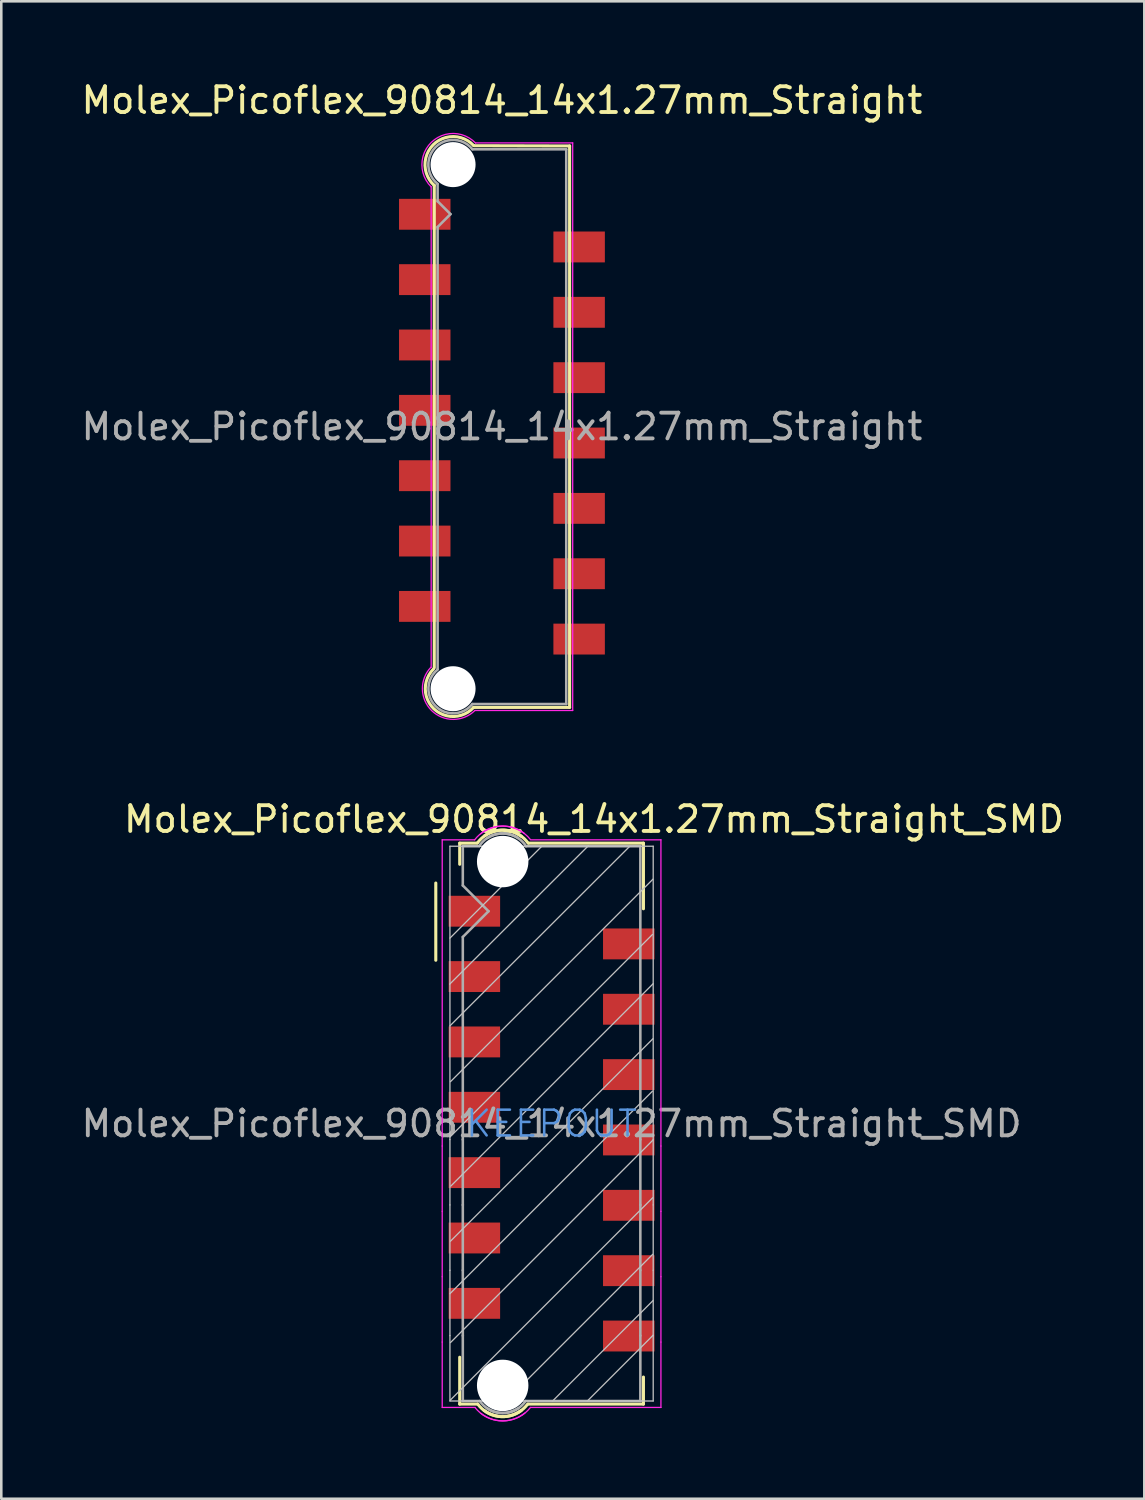
<source format=kicad_pcb>
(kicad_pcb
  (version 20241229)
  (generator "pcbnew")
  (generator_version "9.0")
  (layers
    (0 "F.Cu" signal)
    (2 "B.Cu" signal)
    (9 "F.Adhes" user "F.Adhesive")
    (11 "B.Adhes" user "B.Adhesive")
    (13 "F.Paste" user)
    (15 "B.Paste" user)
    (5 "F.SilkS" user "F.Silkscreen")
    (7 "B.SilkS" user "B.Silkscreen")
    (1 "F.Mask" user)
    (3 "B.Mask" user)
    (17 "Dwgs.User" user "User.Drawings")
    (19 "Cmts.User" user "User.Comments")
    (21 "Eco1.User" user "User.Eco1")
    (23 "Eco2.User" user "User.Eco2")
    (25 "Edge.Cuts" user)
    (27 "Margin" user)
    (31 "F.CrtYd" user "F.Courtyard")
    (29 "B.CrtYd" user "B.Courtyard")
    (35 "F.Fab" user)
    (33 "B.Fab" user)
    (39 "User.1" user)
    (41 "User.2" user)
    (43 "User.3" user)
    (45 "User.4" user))
  (footprint "Molex_Picoflex_90814_14x1.27mm_Straight"
    (layer "F.Cu")
    (at 16.458 13.533)
    (property "Reference" "Molex_Picoflex_90814_14x1.27mm_Straight" (at 0 -12.685 0) (layer "F.SilkS") (effects (font (size 1 1) (thickness 0.15))))
    (attr smd)
    (fp_line (start -2.63 -9.38) (end -2.63 9.37) (stroke (width 0.12) (type solid)) (layer "F.SilkS"))
    (fp_line (start -1.09 -10.92) (end 2.63 -10.91) (stroke (width 0.12) (type solid)) (layer "F.SilkS"))
    (fp_line (start 2.63 -10.91) (end 2.63 10.91) (stroke (width 0.12) (type solid)) (layer "F.SilkS"))
    (fp_line (start 2.63 10.91) (end -1.1 10.91) (stroke (width 0.12) (type solid)) (layer "F.SilkS"))
    (fp_arc (start -2.63 -9.375) (mid -2.676051 -10.950992) (end -1.099592 -10.925505) (stroke (width 0.12) (type solid)) (layer "F.SilkS"))
    (fp_arc (start -1.1 10.91) (mid -2.647734 10.963793) (end -2.65694 9.415151) (stroke (width 0.12) (type solid)) (layer "F.SilkS"))
    (fp_line (start -2.75 -9.33) (end -2.75 9.36) (stroke (width 0.05) (type solid)) (layer "F.CrtYd"))
    (fp_line (start -1.02 -11.03) (end 2.75 -11.03) (stroke (width 0.05) (type solid)) (layer "F.CrtYd"))
    (fp_line (start 2.75 -11.03) (end 2.75 11.03) (stroke (width 0.05) (type solid)) (layer "F.CrtYd"))
    (fp_line (start 2.75 11.03) (end -1.05 11.03) (stroke (width 0.05) (type solid)) (layer "F.CrtYd"))
    (fp_arc (start -2.75 -9.32) (mid -2.750034 -11.049967) (end -1.02033 -11.019808) (stroke (width 0.05) (type solid)) (layer "F.CrtYd"))
    (fp_arc (start -1.05 11.03) (mid -2.741283 11.038679) (end -2.757342 9.34745) (stroke (width 0.05) (type solid)) (layer "F.CrtYd"))
    (fp_line (start -2.5 -9.43) (end -2.5 -8.76) (stroke (width 0.1) (type solid)) (layer "F.Fab"))
    (fp_line (start -2.5 -8.76) (end -2 -8.26) (stroke (width 0.1) (type solid)) (layer "F.Fab"))
    (fp_line (start -2.5 -7.76) (end -2.5 9.42) (stroke (width 0.1) (type solid)) (layer "F.Fab"))
    (fp_line (start -2 -8.26) (end -2.5 -7.76) (stroke (width 0.1) (type solid)) (layer "F.Fab"))
    (fp_line (start -1.14 -10.78) (end 2.5 -10.78) (stroke (width 0.1) (type solid)) (layer "F.Fab"))
    (fp_line (start 2.5 -10.78) (end 2.5 10.78) (stroke (width 0.1) (type solid)) (layer "F.Fab"))
    (fp_line (start 2.5 10.78) (end -1.15 10.78) (stroke (width 0.1) (type solid)) (layer "F.Fab"))
    (fp_arc (start -2.5 -9.435) (mid -2.577257 -10.866045) (end -1.146665 -10.780807) (stroke (width 0.1) (type solid)) (layer "F.Fab"))
    (fp_arc (start -1.15 10.78) (mid -2.576077 10.862823) (end -2.496932 9.436537) (stroke (width 0.1) (type solid)) (layer "F.Fab"))
    (fp_text user "${REFERENCE}" (at 0 0 0) (layer "F.Fab") (effects (font (size 1 1) (thickness 0.15))))
    (pad "" np_thru_hole circle (at -1.9 -10.185) (size 1.75 1.75) (drill 1.75) (layers "*.Cu"))
    (pad "" np_thru_hole circle (at -1.9 10.185) (size 1.75 1.75) (drill 1.75) (layers "*.Cu"))
    (pad "1" smd rect (at -3 -8.255) (size 2 1.2) (layers "F.Cu" "F.Mask" "F.Paste"))
    (pad "2" smd rect (at 3 -6.985) (size 2 1.2) (layers "F.Cu" "F.Mask" "F.Paste"))
    (pad "3" smd rect (at -3 -5.715) (size 2 1.2) (layers "F.Cu" "F.Mask" "F.Paste"))
    (pad "4" smd rect (at 3 -4.445) (size 2 1.2) (layers "F.Cu" "F.Mask" "F.Paste"))
    (pad "5" smd rect (at -3 -3.175) (size 2 1.2) (layers "F.Cu" "F.Mask" "F.Paste"))
    (pad "6" smd rect (at 3 -1.905) (size 2 1.2) (layers "F.Cu" "F.Mask" "F.Paste"))
    (pad "7" smd rect (at -3 -0.635) (size 2 1.2) (layers "F.Cu" "F.Mask" "F.Paste"))
    (pad "8" smd rect (at 3 0.635) (size 2 1.2) (layers "F.Cu" "F.Mask" "F.Paste"))
    (pad "9" smd rect (at -3 1.905) (size 2 1.2) (layers "F.Cu" "F.Mask" "F.Paste"))
    (pad "10" smd rect (at 3 3.175) (size 2 1.2) (layers "F.Cu" "F.Mask" "F.Paste"))
    (pad "11" smd rect (at -3 4.445) (size 2 1.2) (layers "F.Cu" "F.Mask" "F.Paste"))
    (pad "12" smd rect (at 3 5.715) (size 2 1.2) (layers "F.Cu" "F.Mask" "F.Paste"))
    (pad "13" smd rect (at -3 6.985) (size 2 1.2) (layers "F.Cu" "F.Mask" "F.Paste"))
    (pad "14" smd rect (at 3 8.255) (size 2 1.2) (layers "F.Cu" "F.Mask" "F.Paste")))
  (footprint "Molex_Picoflex_90814_14x1.27mm_Straight_SMD"
    (layer "F.Cu")
    (at 18.387 40.62)
    (property "Reference" "Molex_Picoflex_90814_14x1.27mm_Straight_SMD" (at 1.65 -11.83 0) (layer "F.SilkS") (effects (font (size 1 1) (thickness 0.15))))
    (attr smd)
    (fp_line (start -4.5 -9.35) (end -4.5 -6.35) (stroke (width 0.12) (type solid)) (layer "F.SilkS"))
    (fp_line (start -3.57 -10.9) (end -2.89 -10.9) (stroke (width 0.12) (type solid)) (layer "F.SilkS"))
    (fp_line (start -3.57 -10.08) (end -3.57 -10.9) (stroke (width 0.12) (type solid)) (layer "F.SilkS"))
    (fp_line (start -3.57 10.9) (end -3.57 9.08) (stroke (width 0.12) (type solid)) (layer "F.SilkS"))
    (fp_line (start -2.87 10.9) (end -3.57 10.9) (stroke (width 0.12) (type solid)) (layer "F.SilkS"))
    (fp_line (start -0.89 -10.9) (end 3.57 -10.9) (stroke (width 0.12) (type solid)) (layer "F.SilkS"))
    (fp_line (start 3.57 -10.9) (end 3.57 -8.35) (stroke (width 0.12) (type solid)) (layer "F.SilkS"))
    (fp_line (start 3.57 9.85) (end 3.57 10.9) (stroke (width 0.12) (type solid)) (layer "F.SilkS"))
    (fp_line (start 3.57 10.9) (end -0.9 10.9) (stroke (width 0.12) (type solid)) (layer "F.SilkS"))
    (fp_arc (start -2.88 -10.91) (mid -2.083848 -11.392082) (end -1.18 -11.17) (stroke (width 0.12) (type solid)) (layer "F.SilkS"))
    (fp_arc (start -2.61 -11.18) (mid -1.70201 -11.392082) (end -0.91 -10.9) (stroke (width 0.12) (type solid)) (layer "F.SilkS"))
    (fp_arc (start -1.18 11.15) (mid -2.076777 11.37501) (end -2.87 10.9) (stroke (width 0.12) (type solid)) (layer "F.SilkS"))
    (fp_arc (start -0.93 10.9) (mid -1.723223 11.37501) (end -2.62 11.15) (stroke (width 0.12) (type solid)) (layer "F.SilkS"))
    (fp_line (start -3.96 -5.42) (end 1.43 -10.8) (stroke (width 0.05) (type solid)) (layer "Dwgs.User"))
    (fp_line (start -3.95 -7.21) (end -0.38 -10.78) (stroke (width 0.05) (type solid)) (layer "Dwgs.User"))
    (fp_line (start -3.95 -3.8) (end 3.04 -10.78) (stroke (width 0.05) (type solid)) (layer "Dwgs.User"))
    (fp_line (start -3.95 0.52) (end 3.92 -7.35) (stroke (width 0.05) (type solid)) (layer "Dwgs.User"))
    (fp_line (start -3.95 0.62) (end -3.95 -10.78) (stroke (width 0.05) (type solid)) (layer "Dwgs.User"))
    (fp_line (start -3.95 3.16) (end -3.95 0.62) (stroke (width 0.05) (type solid)) (layer "Dwgs.User"))
    (fp_line (start -3.95 5.7) (end -3.95 3.16) (stroke (width 0.05) (type solid)) (layer "Dwgs.User"))
    (fp_line (start -3.95 5.7) (end -3.95 8.24) (stroke (width 0.05) (type solid)) (layer "Dwgs.User"))
    (fp_line (start -3.95 6.61) (end 3.92 -1.26) (stroke (width 0.05) (type solid)) (layer "Dwgs.User"))
    (fp_line (start -3.95 8.24) (end -3.95 10.78) (stroke (width 0.05) (type solid)) (layer "Dwgs.User"))
    (fp_line (start -3.95 10.78) (end 3.95 10.78) (stroke (width 0.05) (type solid)) (layer "Dwgs.User"))
    (fp_line (start -3.94 10.75) (end 3.93 2.88) (stroke (width 0.05) (type solid)) (layer "Dwgs.User"))
    (fp_line (start -3.93 -1.63) (end 3.94 -9.5) (stroke (width 0.05) (type solid)) (layer "Dwgs.User"))
    (fp_line (start -3.93 4.57) (end 3.94 -3.3) (stroke (width 0.05) (type solid)) (layer "Dwgs.User"))
    (fp_line (start -3.93 8.51) (end 3.94 0.64) (stroke (width 0.05) (type solid)) (layer "Dwgs.User"))
    (fp_line (start -3.92 2.43) (end 3.95 -5.44) (stroke (width 0.05) (type solid)) (layer "Dwgs.User"))
    (fp_line (start -1.76 10.77) (end 3.93 5.08) (stroke (width 0.05) (type solid)) (layer "Dwgs.User"))
    (fp_line (start 0.03 10.79) (end 3.95 6.87) (stroke (width 0.05) (type solid)) (layer "Dwgs.User"))
    (fp_line (start 1.4 10.77) (end 3.95 8.22) (stroke (width 0.05) (type solid)) (layer "Dwgs.User"))
    (fp_line (start 3.95 -10.78) (end -3.95 -10.78) (stroke (width 0.05) (type solid)) (layer "Dwgs.User"))
    (fp_line (start 3.95 -10.78) (end 3.95 0.62) (stroke (width 0.05) (type solid)) (layer "Dwgs.User"))
    (fp_line (start 3.95 0.62) (end 3.95 3.16) (stroke (width 0.05) (type solid)) (layer "Dwgs.User"))
    (fp_line (start 3.95 3.16) (end 3.95 5.7) (stroke (width 0.05) (type solid)) (layer "Dwgs.User"))
    (fp_line (start 3.95 5.7) (end 3.95 8.24) (stroke (width 0.05) (type solid)) (layer "Dwgs.User"))
    (fp_line (start 3.95 10.78) (end 3.95 8.24) (stroke (width 0.05) (type solid)) (layer "Dwgs.User"))
    (fp_line (start -4.25 -11.03) (end -4.25 0.87) (stroke (width 0.05) (type solid)) (layer "F.CrtYd"))
    (fp_line (start -4.25 0.87) (end -4.25 3.41) (stroke (width 0.05) (type solid)) (layer "F.CrtYd"))
    (fp_line (start -4.25 3.41) (end -4.25 5.95) (stroke (width 0.05) (type solid)) (layer "F.CrtYd"))
    (fp_line (start -4.25 8.49) (end -4.25 5.95) (stroke (width 0.05) (type solid)) (layer "F.CrtYd"))
    (fp_line (start -4.25 11.03) (end -4.25 8.49) (stroke (width 0.05) (type solid)) (layer "F.CrtYd"))
    (fp_line (start -4.25 11.03) (end -2.97 11.03) (stroke (width 0.05) (type solid)) (layer "F.CrtYd"))
    (fp_line (start -2.99 -11.03) (end -4.25 -11.03) (stroke (width 0.05) (type solid)) (layer "F.CrtYd"))
    (fp_line (start -0.82 -11.03) (end 4.25 -11.03) (stroke (width 0.05) (type solid)) (layer "F.CrtYd"))
    (fp_line (start 4.25 -11.03) (end 4.25 0.87) (stroke (width 0.05) (type solid)) (layer "F.CrtYd"))
    (fp_line (start 4.25 3.41) (end 4.25 0.87) (stroke (width 0.05) (type solid)) (layer "F.CrtYd"))
    (fp_line (start 4.25 5.95) (end 4.25 3.41) (stroke (width 0.05) (type solid)) (layer "F.CrtYd"))
    (fp_line (start 4.25 5.95) (end 4.25 8.49) (stroke (width 0.05) (type solid)) (layer "F.CrtYd"))
    (fp_line (start 4.25 11.03) (end -0.82 11.03) (stroke (width 0.05) (type solid)) (layer "F.CrtYd"))
    (fp_line (start 4.25 11.03) (end 4.25 8.49) (stroke (width 0.05) (type solid)) (layer "F.CrtYd"))
    (fp_arc (start -2.99 -11.03) (mid -2.076777 -11.554716) (end -1.06 -11.28) (stroke (width 0.05) (type solid)) (layer "F.CrtYd"))
    (fp_arc (start -2.76 -11.26) (mid -1.751508 -11.554716) (end -0.83 -11.05) (stroke (width 0.05) (type solid)) (layer "F.CrtYd"))
    (fp_arc (start -1.04 11.25) (mid -2.048492 11.544716) (end -2.97 11.04) (stroke (width 0.05) (type solid)) (layer "F.CrtYd"))
    (fp_arc (start -0.82 11.03) (mid -1.737365 11.544716) (end -2.75 11.26) (stroke (width 0.05) (type solid)) (layer "F.CrtYd"))
    (fp_line (start -3.45 -10.78) (end -3.45 -9.255) (stroke (width 0.1) (type solid)) (layer "F.Fab"))
    (fp_line (start -3.45 -10.78) (end -2.81 -10.78) (stroke (width 0.1) (type solid)) (layer "F.Fab"))
    (fp_line (start -3.45 -7.255) (end -2.45 -8.255) (stroke (width 0.1) (type solid)) (layer "F.Fab"))
    (fp_line (start -3.45 0.62) (end -3.45 -7.255) (stroke (width 0.1) (type solid)) (layer "F.Fab"))
    (fp_line (start -3.45 0.62) (end -3.45 3.16) (stroke (width 0.1) (type solid)) (layer "F.Fab"))
    (fp_line (start -3.45 3.16) (end -3.45 5.7) (stroke (width 0.1) (type solid)) (layer "F.Fab"))
    (fp_line (start -3.45 5.7) (end -3.45 8.24) (stroke (width 0.1) (type solid)) (layer "F.Fab"))
    (fp_line (start -3.45 8.24) (end -3.45 10.78) (stroke (width 0.1) (type solid)) (layer "F.Fab"))
    (fp_line (start -3.45 10.78) (end -2.79 10.78) (stroke (width 0.1) (type solid)) (layer "F.Fab"))
    (fp_line (start -2.45 -8.255) (end -3.45 -9.255) (stroke (width 0.1) (type solid)) (layer "F.Fab"))
    (fp_line (start -1 -10.78) (end 3.45 -10.78) (stroke (width 0.1) (type solid)) (layer "F.Fab"))
    (fp_line (start 3.45 -10.78) (end 3.45 0.62) (stroke (width 0.1) (type solid)) (layer "F.Fab"))
    (fp_line (start 3.45 0.62) (end 3.45 3.16) (stroke (width 0.1) (type solid)) (layer "F.Fab"))
    (fp_line (start 3.45 3.16) (end 3.45 5.7) (stroke (width 0.1) (type solid)) (layer "F.Fab"))
    (fp_line (start 3.45 5.7) (end 3.45 8.24) (stroke (width 0.1) (type solid)) (layer "F.Fab"))
    (fp_line (start 3.45 8.24) (end 3.45 10.78) (stroke (width 0.1) (type solid)) (layer "F.Fab"))
    (fp_line (start 3.45 10.78) (end -1 10.78) (stroke (width 0.1) (type solid)) (layer "F.Fab"))
    (fp_arc (start -2.81 -10.79) (mid -2.119203 -11.257731) (end -1.3 -11.1) (stroke (width 0.1) (type solid)) (layer "F.Fab"))
    (fp_arc (start -2.49 -11.1) (mid -1.673726 -11.25066) (end -0.99 -10.78) (stroke (width 0.1) (type solid)) (layer "F.Fab"))
    (fp_arc (start -1.29 11.06) (mid -2.09799 11.23066) (end -2.79 10.78) (stroke (width 0.1) (type solid)) (layer "F.Fab"))
    (fp_arc (start -1.01 10.78) (mid -1.70201 11.23066) (end -2.51 11.06) (stroke (width 0.1) (type solid)) (layer "F.Fab"))
    (fp_text user "KEEPOUT" (at 0 0 0) (layer "Cmts.User") (effects (font (size 1 1) (thickness 0.1))))
    (fp_text user "${REFERENCE}" (at 0 0 0) (layer "F.Fab") (effects (font (size 1 1) (thickness 0.15))))
    (pad "" np_thru_hole circle (at -1.9 -10.185) (size 2 2) (drill 2) (layers "*.Cu" "*.Mask"))
    (pad "" np_thru_hole circle (at -1.9 10.175) (size 2 2) (drill 2) (layers "*.Cu" "*.Mask"))
    (pad "1" smd rect (at -3 -8.255) (size 2 1.2) (layers "F.Cu" "F.Mask" "F.Paste"))
    (pad "2" smd rect (at 3 -6.985) (size 2 1.2) (layers "F.Cu" "F.Mask" "F.Paste"))
    (pad "3" smd rect (at -3 -5.715) (size 2 1.2) (layers "F.Cu" "F.Mask" "F.Paste"))
    (pad "4" smd rect (at 3 -4.445) (size 2 1.2) (layers "F.Cu" "F.Mask" "F.Paste"))
    (pad "5" smd rect (at -3 -3.175) (size 2 1.2) (layers "F.Cu" "F.Mask" "F.Paste"))
    (pad "6" smd rect (at 3 -1.905) (size 2 1.2) (layers "F.Cu" "F.Mask" "F.Paste"))
    (pad "7" smd rect (at -3 -0.635) (size 2 1.2) (layers "F.Cu" "F.Mask" "F.Paste"))
    (pad "8" smd rect (at 3 0.635) (size 2 1.2) (layers "F.Cu" "F.Mask" "F.Paste"))
    (pad "9" smd rect (at -3 1.905) (size 2 1.2) (layers "F.Cu" "F.Mask" "F.Paste"))
    (pad "10" smd rect (at 3 3.175) (size 2 1.2) (layers "F.Cu" "F.Mask" "F.Paste"))
    (pad "11" smd rect (at -3 4.445) (size 2 1.2) (layers "F.Cu" "F.Mask" "F.Paste"))
    (pad "12" smd rect (at 3 5.715) (size 2 1.2) (layers "F.Cu" "F.Mask" "F.Paste"))
    (pad "13" connect rect (at -3 6.985) (size 2 1.2) (layers "F.Cu" "F.Mask"))
    (pad "14" connect rect (at 3 8.255) (size 2 1.2) (layers "F.Cu" "F.Mask")))
  (gr_rect
    (start -3 -3)
    (end 41.424 55.199)
    (stroke (width 0.1) (type default))
    (fill no)
    (layer "Edge.Cuts")))
</source>
